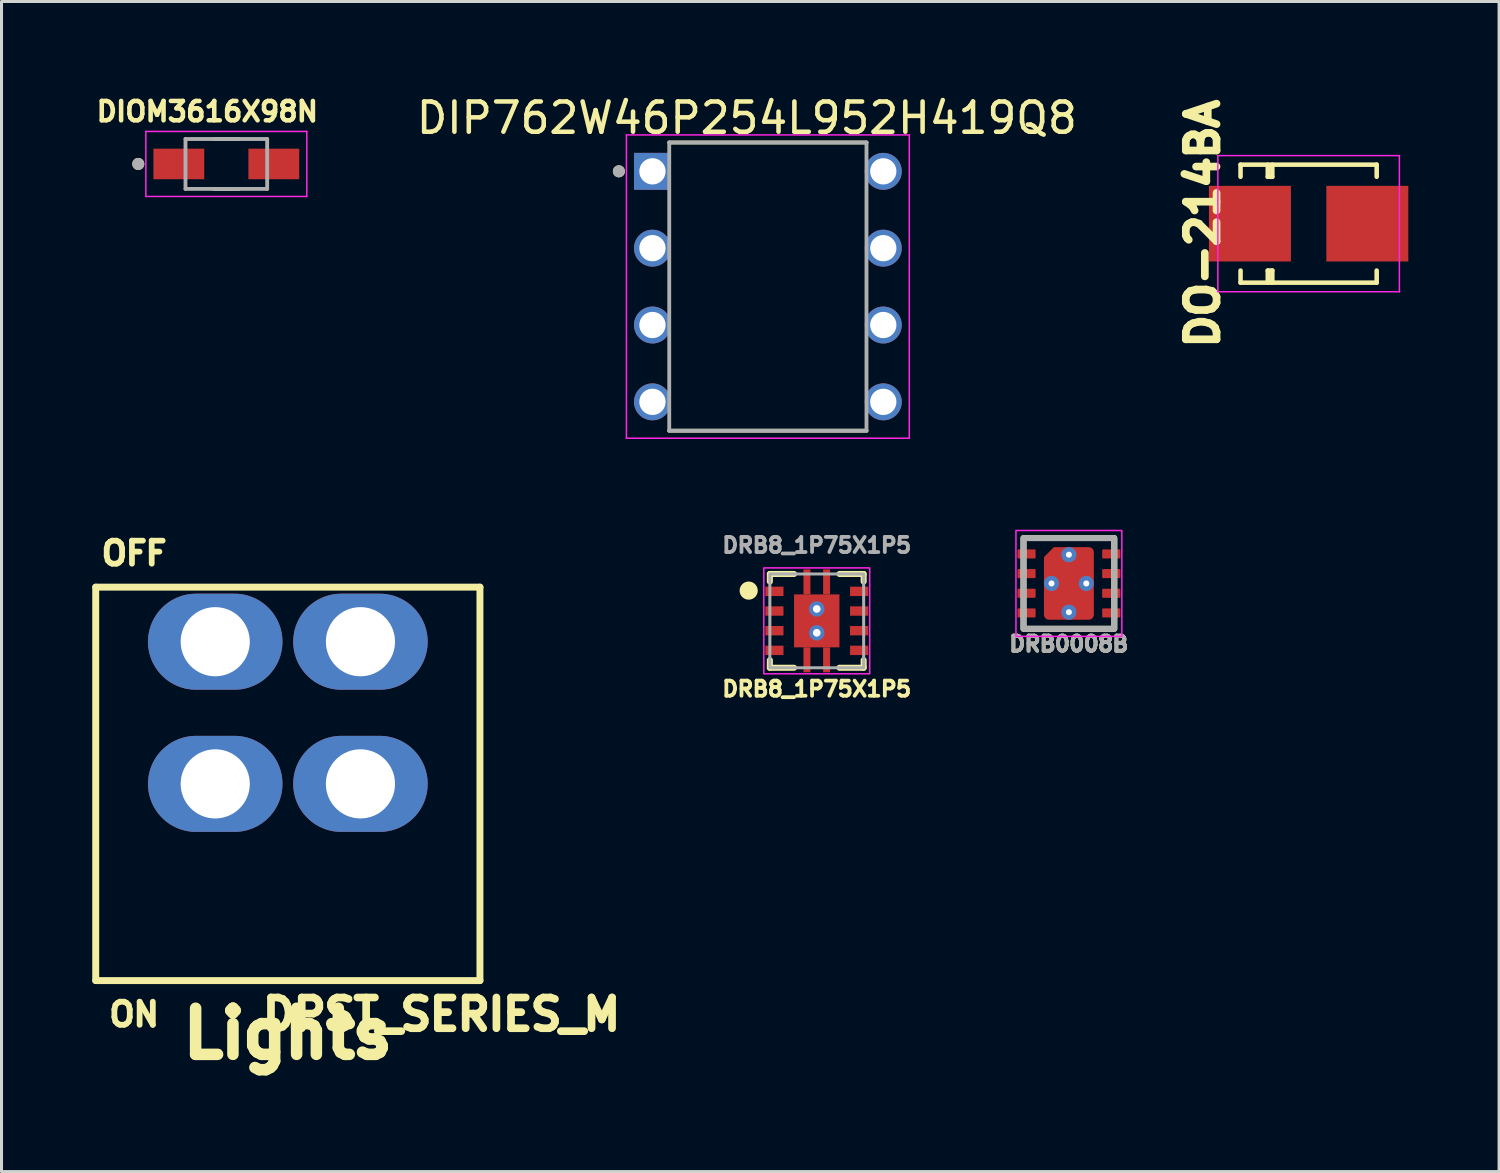
<source format=kicad_pcb>
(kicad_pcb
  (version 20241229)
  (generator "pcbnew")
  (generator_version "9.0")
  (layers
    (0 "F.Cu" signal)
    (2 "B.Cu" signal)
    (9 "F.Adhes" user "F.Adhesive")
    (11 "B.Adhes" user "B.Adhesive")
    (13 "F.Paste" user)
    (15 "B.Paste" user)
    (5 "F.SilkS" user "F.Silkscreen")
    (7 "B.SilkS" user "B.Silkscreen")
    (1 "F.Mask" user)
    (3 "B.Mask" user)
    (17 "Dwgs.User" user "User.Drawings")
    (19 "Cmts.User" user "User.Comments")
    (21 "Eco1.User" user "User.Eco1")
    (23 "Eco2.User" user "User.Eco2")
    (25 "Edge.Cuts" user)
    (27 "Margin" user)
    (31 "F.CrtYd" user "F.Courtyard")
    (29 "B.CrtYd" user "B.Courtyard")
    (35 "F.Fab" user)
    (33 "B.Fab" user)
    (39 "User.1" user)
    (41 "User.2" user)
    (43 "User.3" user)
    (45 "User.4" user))
  (footprint "DIOM3616X98N"
    (layer "F.Cu")
    (at 4.431 2.369)
    (property "Reference" "DIOM3616X98N" (at -0.628 -1.731 0) (layer "F.SilkS") (effects (font (size 0.64 0.64) (thickness 0.15))))
    (attr smd)
    (fp_line (start -0.41 -0.825) (end 0.41 -0.825) (stroke (width 0.127) (type solid)) (layer "F.SilkS"))
    (fp_line (start -0.41 0.825) (end 0.41 0.825) (stroke (width 0.127) (type solid)) (layer "F.SilkS"))
    (fp_circle (center -2.91 0) (end -2.81 0) (stroke (width 0.2) (type solid)) (fill no) (layer "F.SilkS"))
    (fp_line (start -2.66 -1.075) (end -2.66 1.075) (stroke (width 0.05) (type solid)) (layer "F.CrtYd"))
    (fp_line (start -2.66 1.075) (end 2.66 1.075) (stroke (width 0.05) (type solid)) (layer "F.CrtYd"))
    (fp_line (start 2.66 -1.075) (end -2.66 -1.075) (stroke (width 0.05) (type solid)) (layer "F.CrtYd"))
    (fp_line (start 2.66 1.075) (end 2.66 -1.075) (stroke (width 0.05) (type solid)) (layer "F.CrtYd"))
    (fp_line (start -1.35 -0.825) (end -1.35 0.825) (stroke (width 0.127) (type solid)) (layer "F.Fab"))
    (fp_line (start -1.35 -0.825) (end 1.35 -0.825) (stroke (width 0.127) (type solid)) (layer "F.Fab"))
    (fp_line (start -1.35 0.825) (end 1.35 0.825) (stroke (width 0.127) (type solid)) (layer "F.Fab"))
    (fp_line (start 1.35 -0.825) (end 1.35 0.825) (stroke (width 0.127) (type solid)) (layer "F.Fab"))
    (fp_circle (center -2.91 0) (end -2.81 0) (stroke (width 0.2) (type solid)) (fill no) (layer "F.Fab"))
    (pad "1" smd rect (at -1.57 0) (size 1.68 1.01) (layers "F.Cu" "F.Mask" "F.Paste"))
    (pad "2" smd rect (at 1.57 0) (size 1.68 1.01) (layers "F.Cu" "F.Mask" "F.Paste")))
  (footprint "DRB8_1P75X1P5"
    (layer "F.Cu")
    (at 23.947 17.472)
    (property "Reference" "DRB8_1P75X1P5" (at 0 2.25 0) (unlocked yes) (layer "F.SilkS") (effects (font (size 0.5 0.5) (thickness 0.125) (bold yes))))
    (attr smd)
    (fp_line (start -1.55 -1.55) (end -0.75 -1.55) (stroke (width 0.2) (type default)) (layer "F.SilkS"))
    (fp_line (start -1.55 -1.3) (end -1.55 -1.55) (stroke (width 0.2) (type default)) (layer "F.SilkS"))
    (fp_line (start -1.55 1.3) (end -1.55 1.55) (stroke (width 0.2) (type default)) (layer "F.SilkS"))
    (fp_line (start -1.55 1.55) (end -0.75 1.55) (stroke (width 0.2) (type default)) (layer "F.SilkS"))
    (fp_line (start 0.75 -1.55) (end 1.55 -1.55) (stroke (width 0.2) (type default)) (layer "F.SilkS"))
    (fp_line (start 0.75 1.55) (end 1.55 1.55) (stroke (width 0.2) (type default)) (layer "F.SilkS"))
    (fp_line (start 1.55 -1.55) (end 1.55 -1.3) (stroke (width 0.2) (type default)) (layer "F.SilkS"))
    (fp_line (start 1.55 1.55) (end 1.55 1.3) (stroke (width 0.2) (type default)) (layer "F.SilkS"))
    (fp_circle (center -2.25 -1) (end -2 -1) (stroke (width 0.1) (type solid)) (fill yes) (layer "F.SilkS"))
    (fp_poly (pts (xy -0.675 -0.8) (xy -0.675 -0.494) (xy -0.241 -0.494) (xy -0.1 -0.635) (xy -0.1 -0.8)) (stroke (width 0) (type solid)) (fill yes) (layer "F.Paste"))
    (fp_poly (pts (xy -0.675 0.494) (xy -0.675 0.8) (xy -0.1 0.8) (xy -0.1 0.635) (xy -0.241 0.494)) (stroke (width 0) (type solid)) (fill yes) (layer "F.Paste"))
    (fp_poly (pts (xy 0.1 -0.8) (xy 0.1 -0.635) (xy 0.241 -0.494) (xy 0.675 -0.494) (xy 0.675 -0.8)) (stroke (width 0) (type solid)) (fill yes) (layer "F.Paste"))
    (fp_poly (pts (xy 0.241 0.494) (xy 0.1 0.635) (xy 0.1 0.8) (xy 0.675 0.8) (xy 0.675 0.494)) (stroke (width 0) (type solid)) (fill yes) (layer "F.Paste"))
    (fp_poly (pts (xy -0.675 -0.294) (xy -0.675 0.294) (xy -0.241 0.294) (xy -0.1 0.152) (xy -0.1 -0.152) (xy -0.241 -0.294)) (stroke (width 0) (type solid)) (fill yes) (layer "F.Paste"))
    (fp_poly (pts (xy 0.241 -0.294) (xy 0.1 -0.152) (xy 0.1 0.152) (xy 0.241 0.294) (xy 0.675 0.294) (xy 0.675 -0.294)) (stroke (width 0) (type solid)) (fill yes) (layer "F.Paste"))
    (fp_rect (start -1.75 -1.75) (end 1.75 1.75) (stroke (width 0.05) (type default)) (fill no) (layer "F.CrtYd"))
    (fp_rect (start -1.55 -1.55) (end 1.55 1.55) (stroke (width 0.1) (type default)) (fill no) (layer "F.Fab"))
    (fp_text user "${REFERENCE}" (at 0 -2.5 0) (unlocked yes) (layer "F.Fab") (effects (font (size 0.5 0.5) (thickness 0.125) (bold yes))))
    (pad "1" smd rect (at -1.4 -0.975) (size 0.6 0.31) (layers "F.Cu" "F.Mask" "F.Paste"))
    (pad "2" smd rect (at -1.4 -0.325) (size 0.6 0.31) (layers "F.Cu" "F.Mask" "F.Paste"))
    (pad "3" smd rect (at -1.4 0.325) (size 0.6 0.31) (layers "F.Cu" "F.Mask" "F.Paste"))
    (pad "4" smd rect (at -1.4 0.975) (size 0.6 0.31) (layers "F.Cu" "F.Mask" "F.Paste"))
    (pad "5" smd rect (at 1.4 0.975) (size 0.6 0.31) (layers "F.Cu" "F.Mask" "F.Paste"))
    (pad "6" smd rect (at 1.4 0.325) (size 0.6 0.31) (layers "F.Cu" "F.Mask" "F.Paste"))
    (pad "7" smd rect (at 1.4 -0.325) (size 0.6 0.31) (layers "F.Cu" "F.Mask" "F.Paste"))
    (pad "8" smd rect (at 1.4 -0.975) (size 0.6 0.31) (layers "F.Cu" "F.Mask" "F.Paste"))
    (pad "9" smd rect (at -0.325 -1.288) (size 0.23 0.825) (layers "F.Cu" "F.Mask" "F.Paste"))
    (pad "9" smd rect (at -0.325 1.288) (size 0.23 0.825) (layers "F.Cu" "F.Mask" "F.Paste"))
    (pad "9" thru_hole circle (at 0 -0.394) (size 0.508 0.508) (drill 0.254) (layers "*.Cu" "*.Mask"))
    (pad "9" smd rect (at 0 0) (size 1.5 1.75) (layers "F.Cu" "F.Mask"))
    (pad "9" thru_hole circle (at 0 0.394) (size 0.508 0.508) (drill 0.254) (layers "*.Cu" "*.Mask"))
    (pad "9" smd rect (at 0.325 -1.288) (size 0.23 0.825) (layers "F.Cu" "F.Mask" "F.Paste"))
    (pad "9" smd rect (at 0.325 1.288) (size 0.23 0.825) (layers "F.Cu" "F.Mask" "F.Paste")))
  (footprint "DPST_SERIES_M"
    (layer "F.Cu")
    (at 6.464 22.86)
    (property "Reference" "DPST_SERIES_M" (at 5.08 7.62 180) (layer "F.SilkS") (effects (font (size 1.016 1.016) (thickness 0.254))))
    (property "Value" "${VALUE}" (at -7.366 0 90) (layer "F.SilkS") (hide yes) (effects (font (size 1.016 1.016) (thickness 0.254))))
    (attr through_hole)
    (fp_line (start -6.35 -6.502) (end -6.35 6.502) (stroke (width 0.229) (type solid)) (layer "F.SilkS"))
    (fp_line (start -6.35 6.502) (end 6.35 6.502) (stroke (width 0.229) (type solid)) (layer "F.SilkS"))
    (fp_line (start 6.35 -6.502) (end -6.35 -6.502) (stroke (width 0.229) (type solid)) (layer "F.SilkS"))
    (fp_line (start 6.35 6.502) (end 6.35 -6.502) (stroke (width 0.229) (type solid)) (layer "F.SilkS"))
    (fp_text user "OFF" (at -5.08 -7.62 0) (layer "F.SilkS") (effects (font (size 0.762 0.762) (thickness 0.191))))
    (fp_text user "ON" (at -5.08 7.62 0) (layer "F.SilkS") (effects (font (size 0.762 0.762) (thickness 0.191))))
    (fp_text user "Lights" (at 0 8.255 0) (layer "F.SilkS") (effects (font (size 1.524 1.524) (thickness 0.381))))
    (pad "2" thru_hole oval (at -2.4 0) (size 4.445 3.175) (drill 2.286) (layers "*.Cu" "*.Mask"))
    (pad "3" thru_hole oval (at -2.4 -4.699) (size 4.445 3.175) (drill 2.286) (layers "*.Cu" "*.Mask"))
    (pad "5" thru_hole oval (at 2.4 0) (size 4.445 3.175) (drill 2.286) (layers "*.Cu" "*.Mask"))
    (pad "6" thru_hole oval (at 2.4 -4.699) (size 4.445 3.175) (drill 2.286) (layers "*.Cu" "*.Mask")))
  (footprint "DO-214BA"
    (layer "F.Cu")
    (at 40.205 4.343)
    (property "Reference" "DO-214BA" (at -3.5 0 90) (layer "F.SilkS") (effects (font (size 1.016 1.016) (thickness 0.254))))
    (attr smd)
    (fp_line (start -2.25 -1.95) (end -2.25 -1.55) (stroke (width 0.15) (type solid)) (layer "F.SilkS"))
    (fp_line (start -2.25 -1.95) (end 2.25 -1.95) (stroke (width 0.15) (type solid)) (layer "F.SilkS"))
    (fp_line (start -2.25 1.95) (end -2.25 1.55) (stroke (width 0.15) (type solid)) (layer "F.SilkS"))
    (fp_line (start -1.35 -1.95) (end -1.35 -1.55) (stroke (width 0.15) (type solid)) (layer "F.SilkS"))
    (fp_line (start -1.35 -1.55) (end -1.2 -1.55) (stroke (width 0.15) (type solid)) (layer "F.SilkS"))
    (fp_line (start -1.35 1.55) (end -1.2 1.55) (stroke (width 0.15) (type solid)) (layer "F.SilkS"))
    (fp_line (start -1.35 1.95) (end -1.35 1.55) (stroke (width 0.15) (type solid)) (layer "F.SilkS"))
    (fp_line (start -1.2 -1.55) (end -1.2 -1.95) (stroke (width 0.15) (type solid)) (layer "F.SilkS"))
    (fp_line (start -1.2 1.55) (end -1.2 1.95) (stroke (width 0.15) (type solid)) (layer "F.SilkS"))
    (fp_line (start 2.25 -1.95) (end 2.25 -1.55) (stroke (width 0.15) (type solid)) (layer "F.SilkS"))
    (fp_line (start 2.25 1.95) (end -2.25 1.95) (stroke (width 0.15) (type solid)) (layer "F.SilkS"))
    (fp_line (start 2.25 1.95) (end 2.25 1.55) (stroke (width 0.15) (type solid)) (layer "F.SilkS"))
    (fp_line (start -3 -2.25) (end 3 -2.25) (stroke (width 0.05) (type solid)) (layer "F.CrtYd"))
    (fp_line (start -3 2.25) (end -3 -2.25) (stroke (width 0.05) (type solid)) (layer "F.CrtYd"))
    (fp_line (start 3 -2.25) (end 3 2.25) (stroke (width 0.05) (type solid)) (layer "F.CrtYd"))
    (fp_line (start 3 2.25) (end -3 2.25) (stroke (width 0.05) (type solid)) (layer "F.CrtYd"))
    (pad "1" smd rect (at -1.94 0) (size 2.71 2.5) (layers "F.Cu" "F.Mask" "F.Paste"))
    (pad "2" smd rect (at 1.94 0) (size 2.71 2.5) (layers "F.Cu" "F.Mask" "F.Paste")))
  (footprint "DIP762W46P254L952H419Q8"
    (layer "F.Cu")
    (at 22.331 6.423)
    (property "Reference" "DIP762W46P254L952H419Q8" (at -0.695 -5.574 0) (layer "F.SilkS") (effects (font (size 1 1) (thickness 0.15))))
    (attr through_hole)
    (fp_line (start -3.26 -4.763) (end 3.26 -4.763) (stroke (width 0.127) (type solid)) (layer "F.SilkS"))
    (fp_line (start -3.26 4.763) (end 3.26 4.763) (stroke (width 0.127) (type solid)) (layer "F.SilkS"))
    (fp_circle (center -4.925 -3.81) (end -4.825 -3.81) (stroke (width 0.2) (type solid)) (fill no) (layer "F.SilkS"))
    (fp_line (start -4.675 -5.013) (end -4.675 5.013) (stroke (width 0.05) (type solid)) (layer "F.CrtYd"))
    (fp_line (start 4.675 -5.013) (end -4.675 -5.013) (stroke (width 0.05) (type solid)) (layer "F.CrtYd"))
    (fp_line (start 4.675 -5.013) (end 4.675 5.013) (stroke (width 0.05) (type solid)) (layer "F.CrtYd"))
    (fp_line (start 4.675 5.013) (end -4.675 5.013) (stroke (width 0.05) (type solid)) (layer "F.CrtYd"))
    (fp_line (start -3.26 -4.763) (end -3.26 4.763) (stroke (width 0.127) (type solid)) (layer "F.Fab"))
    (fp_line (start -3.26 -4.763) (end 3.26 -4.763) (stroke (width 0.127) (type solid)) (layer "F.Fab"))
    (fp_line (start -3.26 4.763) (end 3.26 4.763) (stroke (width 0.127) (type solid)) (layer "F.Fab"))
    (fp_line (start 3.26 -4.763) (end 3.26 4.763) (stroke (width 0.127) (type solid)) (layer "F.Fab"))
    (fp_circle (center -4.925 -3.81) (end -4.825 -3.81) (stroke (width 0.2) (type solid)) (fill no) (layer "F.Fab"))
    (pad "1" thru_hole rect (at -3.815 -3.81) (size 1.22 1.22) (drill 0.87) (layers "*.Cu" "*.Mask"))
    (pad "2" thru_hole circle (at -3.815 -1.27) (size 1.22 1.22) (drill 0.87) (layers "*.Cu" "*.Mask"))
    (pad "3" thru_hole circle (at -3.815 1.27) (size 1.22 1.22) (drill 0.87) (layers "*.Cu" "*.Mask"))
    (pad "4" thru_hole circle (at -3.815 3.81) (size 1.22 1.22) (drill 0.87) (layers "*.Cu" "*.Mask"))
    (pad "5" thru_hole circle (at 3.815 3.81) (size 1.22 1.22) (drill 0.87) (layers "*.Cu" "*.Mask"))
    (pad "6" thru_hole circle (at 3.815 1.27) (size 1.22 1.22) (drill 0.87) (layers "*.Cu" "*.Mask"))
    (pad "7" thru_hole circle (at 3.815 -1.27) (size 1.22 1.22) (drill 0.87) (layers "*.Cu" "*.Mask"))
    (pad "8" thru_hole circle (at 3.815 -3.81) (size 1.22 1.22) (drill 0.87) (layers "*.Cu" "*.Mask")))
  (footprint "DRB0008B"
    (layer "F.Cu")
    (at 32.281 16.235)
    (property "Reference" "DRB0008B" (at 0 2 0) (unlocked yes) (layer "F.SilkS") (effects (font (size 0.5 0.5) (thickness 0.125) (bold yes))))
    (attr smd)
    (fp_rect (start -1.5 -1.5) (end 1.5 1.5) (stroke (width 0.2) (type default)) (fill no) (layer "F.SilkS"))
    (fp_rect (start -1.75 -1.75) (end 1.75 1.75) (stroke (width 0.05) (type default)) (fill no) (layer "F.CrtYd"))
    (fp_rect (start -1.5 -1.5) (end 1.5 1.5) (stroke (width 0.2) (type default)) (fill no) (layer "F.Fab"))
    (fp_text user "${REFERENCE}" (at 0 2 0) (unlocked yes) (layer "F.Fab") (effects (font (size 0.5 0.5) (thickness 0.125) (bold yes))))
    (pad "" smd roundrect (at 0 -0.63) (size 1.47 1.06) (layers "F.Paste") (roundrect_rratio 0.1) (chamfer_ratio 0.3) (chamfer top_left))
    (pad "" smd roundrect (at 0 0.63) (size 1.47 1.06) (layers "F.Paste") (roundrect_rratio 0.1))
    (pad "1" smd roundrect (at -1.4 -0.975 90) (size 0.3 0.6) (layers "F.Cu" "F.Mask" "F.Paste") (roundrect_rratio 0.1))
    (pad "2" smd roundrect (at -1.4 -0.325 90) (size 0.3 0.6) (layers "F.Cu" "F.Mask" "F.Paste") (roundrect_rratio 0.1))
    (pad "3" smd roundrect (at -1.4 0.325 90) (size 0.3 0.6) (layers "F.Cu" "F.Mask" "F.Paste") (roundrect_rratio 0.1))
    (pad "4" smd roundrect (at -1.4 0.975 90) (size 0.3 0.6) (layers "F.Cu" "F.Mask" "F.Paste") (roundrect_rratio 0.1))
    (pad "5" smd roundrect (at 1.4 0.975 90) (size 0.3 0.6) (layers "F.Cu" "F.Mask" "F.Paste") (roundrect_rratio 0.1))
    (pad "6" smd roundrect (at 1.4 0.325 90) (size 0.3 0.6) (layers "F.Cu" "F.Mask" "F.Paste") (roundrect_rratio 0.1))
    (pad "7" smd roundrect (at 1.4 -0.325 90) (size 0.3 0.6) (layers "F.Cu" "F.Mask" "F.Paste") (roundrect_rratio 0.1))
    (pad "8" smd roundrect (at 1.4 -0.975 90) (size 0.3 0.6) (layers "F.Cu" "F.Mask" "F.Paste") (roundrect_rratio 0.1))
    (pad "9" thru_hole circle (at -0.575 0) (size 0.5 0.5) (drill 0.2) (layers "*.Cu" "*.Mask"))
    (pad "9" thru_hole circle (at 0 -0.95) (size 0.5 0.5) (drill 0.2) (layers "*.Cu" "*.Mask"))
    (pad "9" smd roundrect (at 0 0) (size 1.65 2.4) (layers "F.Cu" "F.Mask") (roundrect_rratio 0.1) (chamfer_ratio 0.2) (chamfer top_left))
    (pad "9" thru_hole circle (at 0 0.95) (size 0.5 0.5) (drill 0.2) (layers "*.Cu" "*.Mask"))
    (pad "9" thru_hole circle (at 0.575 0) (size 0.5 0.5) (drill 0.2) (layers "*.Cu" "*.Mask")))
  (gr_rect
    (start -3 -3)
    (end 46.5 35.676)
    (stroke (width 0.1) (type default))
    (fill no)
    (layer "Edge.Cuts")))
</source>
